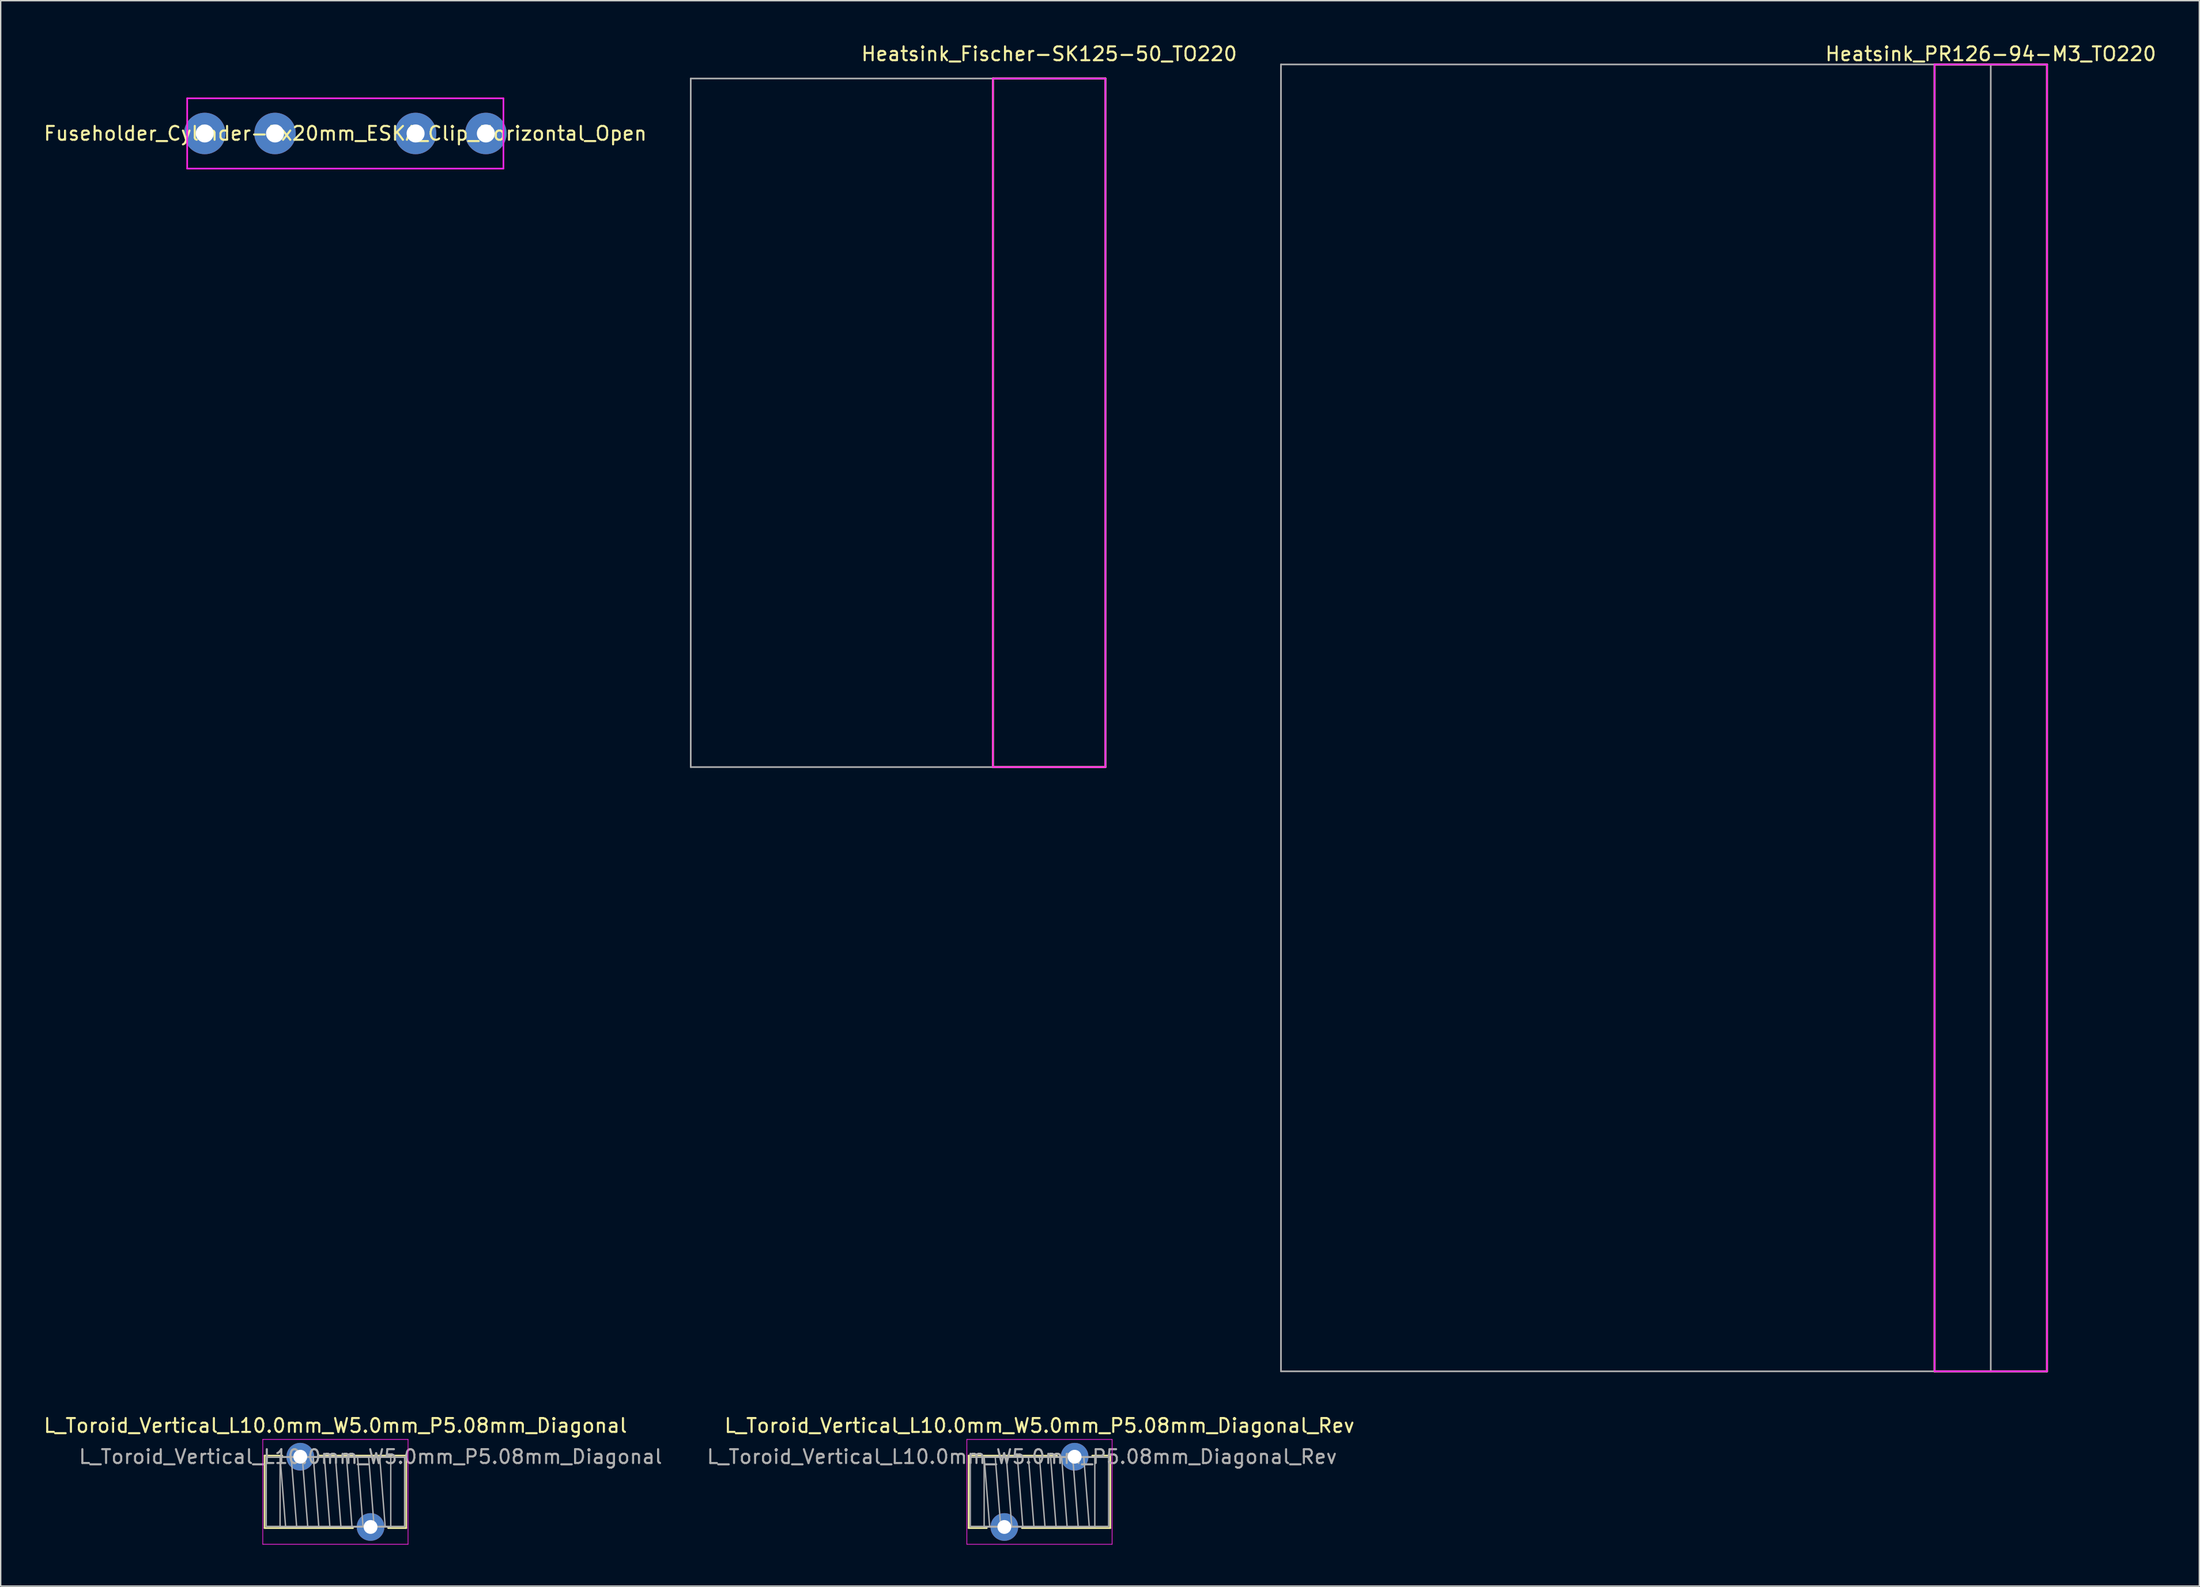
<source format=kicad_pcb>
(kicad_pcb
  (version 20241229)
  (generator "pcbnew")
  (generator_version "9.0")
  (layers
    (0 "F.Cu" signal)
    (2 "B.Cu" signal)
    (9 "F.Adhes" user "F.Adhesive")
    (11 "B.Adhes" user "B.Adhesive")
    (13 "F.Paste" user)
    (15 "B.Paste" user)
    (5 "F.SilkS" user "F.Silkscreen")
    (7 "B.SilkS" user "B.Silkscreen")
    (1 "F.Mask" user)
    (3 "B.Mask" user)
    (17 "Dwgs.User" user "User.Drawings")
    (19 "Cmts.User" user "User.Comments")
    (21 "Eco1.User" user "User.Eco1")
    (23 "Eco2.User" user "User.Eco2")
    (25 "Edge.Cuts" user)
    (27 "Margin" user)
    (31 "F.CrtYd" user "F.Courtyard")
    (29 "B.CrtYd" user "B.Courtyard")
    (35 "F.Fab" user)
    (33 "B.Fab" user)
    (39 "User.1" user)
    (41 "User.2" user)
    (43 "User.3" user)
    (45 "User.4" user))
  (footprint "Fuseholder_Cylinder-5x20mm_ESKA_Clip_Horizontal_Open"
    (layer "F.Cu")
    (at 21.911 0.25)
    (property "Reference" "Fuseholder_Cylinder-5x20mm_ESKA_Clip_Horizontal_Open" (at 0 6.35 0) (layer "F.SilkS") (effects (font (size 1 1) (thickness 0.15))))
    (attr through_hole)
    (fp_line (start -11.43 3.81) (end 11.43 3.81) (stroke (width 0.12) (type solid)) (layer "F.CrtYd"))
    (fp_line (start -11.43 8.89) (end -11.43 3.81) (stroke (width 0.12) (type solid)) (layer "F.CrtYd"))
    (fp_line (start 11.43 3.81) (end 11.43 8.89) (stroke (width 0.12) (type solid)) (layer "F.CrtYd"))
    (fp_line (start 11.43 8.89) (end -11.43 8.89) (stroke (width 0.12) (type solid)) (layer "F.CrtYd"))
    (pad "1" thru_hole circle (at -10.16 6.35) (size 3 3) (drill 1.3) (layers "*.Cu" "*.Mask"))
    (pad "1" thru_hole circle (at -5.08 6.35) (size 3 3) (drill 1.3) (layers "*.Cu" "*.Mask"))
    (pad "2" thru_hole circle (at 5.08 6.35) (size 3 3) (drill 1.3) (layers "*.Cu" "*.Mask"))
    (pad "2" thru_hole circle (at 10.16 6.35) (size 3 3) (drill 1.3) (layers "*.Cu" "*.Mask")))
  (footprint "Heatsink_Fischer-SK125-50_TO220"
    (layer "F.Cu")
    (at 72.789 27.518)
    (property "Reference" "Heatsink_Fischer-SK125-50_TO220" (at 0 -26.67 0) (layer "F.SilkS") (effects (font (size 1 1) (thickness 0.15))))
    (attr through_hole)
    (fp_line (start -4.064 -24.892) (end 4.064 -24.892) (stroke (width 0.15) (type solid)) (layer "F.SilkS"))
    (fp_line (start -4.064 24.892) (end -4.064 -24.892) (stroke (width 0.15) (type solid)) (layer "F.SilkS"))
    (fp_line (start 4.064 -24.892) (end 4.064 24.892) (stroke (width 0.15) (type solid)) (layer "F.SilkS"))
    (fp_line (start 4.064 24.892) (end -4.064 24.892) (stroke (width 0.15) (type solid)) (layer "F.SilkS"))
    (fp_line (start -4.064 -24.892) (end 4.064 -24.892) (stroke (width 0.12) (type solid)) (layer "F.CrtYd"))
    (fp_line (start -4.064 24.892) (end -4.064 -24.892) (stroke (width 0.12) (type solid)) (layer "F.CrtYd"))
    (fp_line (start 4.064 -24.892) (end 4.064 24.892) (stroke (width 0.12) (type solid)) (layer "F.CrtYd"))
    (fp_line (start 4.064 24.892) (end -4.064 24.892) (stroke (width 0.12) (type solid)) (layer "F.CrtYd"))
    (fp_line (start -25.908 -24.892) (end -25.908 24.892) (stroke (width 0.12) (type solid)) (layer "F.Fab"))
    (fp_line (start -25.908 24.892) (end 4.064 24.892) (stroke (width 0.12) (type solid)) (layer "F.Fab"))
    (fp_line (start 4.064 -24.892) (end -25.908 -24.892) (stroke (width 0.12) (type solid)) (layer "F.Fab"))
    (fp_line (start 4.064 24.892) (end 4.064 -24.892) (stroke (width 0.12) (type solid)) (layer "F.Fab")))
  (footprint "L_Toroid_Vertical_L10.0mm_W5.0mm_P5.08mm_Diagonal_Rev"
    (layer "F.Cu")
    (at 72.09 102.272)
    (property "Reference" "L_Toroid_Vertical_L10.0mm_W5.0mm_P5.08mm_Diagonal_Rev" (at 0 -2.25 0) (layer "F.SilkS") (effects (font (size 1 1) (thickness 0.15))))
    (attr through_hole)
    (fp_line (start -5.12 -0.08) (end -5.12 5.16) (stroke (width 0.12) (type solid)) (layer "F.SilkS"))
    (fp_line (start -5.12 -0.08) (end 1.27 -0.076) (stroke (width 0.12) (type solid)) (layer "F.SilkS"))
    (fp_line (start -5.12 5.16) (end -3.81 5.16) (stroke (width 0.12) (type solid)) (layer "F.SilkS"))
    (fp_line (start -1.27 5.16) (end 5.12 5.16) (stroke (width 0.12) (type solid)) (layer "F.SilkS"))
    (fp_line (start 3.81 -0.08) (end 5.12 -0.08) (stroke (width 0.12) (type solid)) (layer "F.SilkS"))
    (fp_line (start 5.12 -0.08) (end 5.12 5.16) (stroke (width 0.12) (type solid)) (layer "F.SilkS"))
    (fp_line (start -5.25 -1.25) (end -5.25 6.33) (stroke (width 0.05) (type solid)) (layer "F.CrtYd"))
    (fp_line (start -5.25 6.33) (end 5.25 6.33) (stroke (width 0.05) (type solid)) (layer "F.CrtYd"))
    (fp_line (start 5.25 -1.25) (end -5.25 -1.25) (stroke (width 0.05) (type solid)) (layer "F.CrtYd"))
    (fp_line (start 5.25 6.33) (end 5.25 -1.25) (stroke (width 0.05) (type solid)) (layer "F.CrtYd"))
    (fp_line (start -5 0.04) (end -5 5.04) (stroke (width 0.1) (type solid)) (layer "F.Fab"))
    (fp_line (start -5 5.04) (end 5 5.04) (stroke (width 0.1) (type solid)) (layer "F.Fab"))
    (fp_line (start -4 0) (end -4 5.08) (stroke (width 0.1) (type solid)) (layer "F.Fab"))
    (fp_line (start -4 0) (end -3.6 5.08) (stroke (width 0.1) (type solid)) (layer "F.Fab"))
    (fp_line (start -4 5.08) (end 4 5.08) (stroke (width 0.1) (type solid)) (layer "F.Fab"))
    (fp_line (start -3.2 0) (end -2.8 5.08) (stroke (width 0.1) (type solid)) (layer "F.Fab"))
    (fp_line (start -2.4 0) (end -2 5.08) (stroke (width 0.1) (type solid)) (layer "F.Fab"))
    (fp_line (start -1.6 0) (end -1.2 5.08) (stroke (width 0.1) (type solid)) (layer "F.Fab"))
    (fp_line (start -0.8 0) (end -0.4 5.08) (stroke (width 0.1) (type solid)) (layer "F.Fab"))
    (fp_line (start 0 0) (end 0.4 5.08) (stroke (width 0.1) (type solid)) (layer "F.Fab"))
    (fp_line (start 0.8 0) (end 1.2 5.08) (stroke (width 0.1) (type solid)) (layer "F.Fab"))
    (fp_line (start 1.6 0) (end 2 5.08) (stroke (width 0.1) (type solid)) (layer "F.Fab"))
    (fp_line (start 2.4 0) (end 2.8 5.08) (stroke (width 0.1) (type solid)) (layer "F.Fab"))
    (fp_line (start 3.2 0) (end 3.6 5.08) (stroke (width 0.1) (type solid)) (layer "F.Fab"))
    (fp_line (start 4 0) (end -4 0) (stroke (width 0.1) (type solid)) (layer "F.Fab"))
    (fp_line (start 4 5.08) (end 4 0) (stroke (width 0.1) (type solid)) (layer "F.Fab"))
    (fp_line (start 5 0.04) (end -5 0.04) (stroke (width 0.1) (type solid)) (layer "F.Fab"))
    (fp_line (start 5 5.04) (end 5 0.04) (stroke (width 0.1) (type solid)) (layer "F.Fab"))
    (fp_text user "${REFERENCE}" (at -1.27 0 0) (layer "F.Fab") (effects (font (size 1 1) (thickness 0.15))))
    (pad "1" thru_hole circle (at 2.54 0) (size 2 2) (drill 1) (layers "*.Cu" "*.Mask"))
    (pad "2" thru_hole circle (at -2.54 5.08) (size 2 2) (drill 1) (layers "*.Cu" "*.Mask")))
  (footprint "Heatsink_PR126-94-M3_TO220"
    (layer "F.Cu")
    (at 140.854 48.854)
    (property "Reference" "Heatsink_PR126-94-M3_TO220" (at 0 -48.006 0) (layer "F.SilkS") (effects (font (size 1 1) (thickness 0.15))))
    (attr through_hole)
    (fp_line (start -4.064 -47.244) (end 4.064 -47.244) (stroke (width 0.15) (type solid)) (layer "F.SilkS"))
    (fp_line (start -4.064 47.244) (end -4.064 -47.244) (stroke (width 0.15) (type solid)) (layer "F.SilkS"))
    (fp_line (start 4.064 -47.244) (end 4.064 47.244) (stroke (width 0.15) (type solid)) (layer "F.SilkS"))
    (fp_line (start 4.064 47.244) (end -4.064 47.244) (stroke (width 0.15) (type solid)) (layer "F.SilkS"))
    (fp_line (start -4.064 -47.244) (end 4.064 -47.244) (stroke (width 0.12) (type solid)) (layer "F.CrtYd"))
    (fp_line (start -4.064 47.244) (end -4.064 -47.244) (stroke (width 0.12) (type solid)) (layer "F.CrtYd"))
    (fp_line (start 4.064 -47.244) (end 4.064 47.244) (stroke (width 0.12) (type solid)) (layer "F.CrtYd"))
    (fp_line (start 4.064 47.244) (end -4.064 47.244) (stroke (width 0.12) (type solid)) (layer "F.CrtYd"))
    (fp_line (start -51.308 -47.244) (end -51.308 47.244) (stroke (width 0.12) (type solid)) (layer "F.Fab"))
    (fp_line (start -51.308 47.244) (end 4.064 47.244) (stroke (width 0.12) (type solid)) (layer "F.Fab"))
    (fp_line (start 0 -47.244) (end 0 47.244) (stroke (width 0.12) (type solid)) (layer "F.Fab"))
    (fp_line (start 4.064 -47.244) (end -51.308 -47.244) (stroke (width 0.12) (type solid)) (layer "F.Fab"))
    (fp_line (start 4.064 47.244) (end 4.064 -47.244) (stroke (width 0.12) (type solid)) (layer "F.Fab")))
  (footprint "L_Toroid_Vertical_L10.0mm_W5.0mm_P5.08mm_Diagonal"
    (layer "F.Cu")
    (at 21.196 104.811)
    (property "Reference" "L_Toroid_Vertical_L10.0mm_W5.0mm_P5.08mm_Diagonal" (at 0 -4.79 0) (layer "F.SilkS") (effects (font (size 1 1) (thickness 0.15))))
    (attr through_hole)
    (fp_line (start -5.12 -2.62) (end -5.12 2.62) (stroke (width 0.12) (type solid)) (layer "F.SilkS"))
    (fp_line (start -5.12 -2.62) (end -3.835 -2.616) (stroke (width 0.12) (type solid)) (layer "F.SilkS"))
    (fp_line (start -5.12 2.62) (end 1.27 2.62) (stroke (width 0.12) (type solid)) (layer "F.SilkS"))
    (fp_line (start -1.27 -2.62) (end 5.12 -2.62) (stroke (width 0.12) (type solid)) (layer "F.SilkS"))
    (fp_line (start 3.81 2.62) (end 5.12 2.62) (stroke (width 0.12) (type solid)) (layer "F.SilkS"))
    (fp_line (start 5.12 -2.62) (end 5.12 2.62) (stroke (width 0.12) (type solid)) (layer "F.SilkS"))
    (fp_line (start -5.25 -3.79) (end -5.25 3.79) (stroke (width 0.05) (type solid)) (layer "F.CrtYd"))
    (fp_line (start -5.25 3.79) (end 5.25 3.79) (stroke (width 0.05) (type solid)) (layer "F.CrtYd"))
    (fp_line (start 5.25 -3.79) (end -5.25 -3.79) (stroke (width 0.05) (type solid)) (layer "F.CrtYd"))
    (fp_line (start 5.25 3.79) (end 5.25 -3.79) (stroke (width 0.05) (type solid)) (layer "F.CrtYd"))
    (fp_line (start -5 -2.5) (end -5 2.5) (stroke (width 0.1) (type solid)) (layer "F.Fab"))
    (fp_line (start -5 2.5) (end 5 2.5) (stroke (width 0.1) (type solid)) (layer "F.Fab"))
    (fp_line (start -4 -2.54) (end -4 2.54) (stroke (width 0.1) (type solid)) (layer "F.Fab"))
    (fp_line (start -4 -2.54) (end -3.6 2.54) (stroke (width 0.1) (type solid)) (layer "F.Fab"))
    (fp_line (start -4 2.54) (end 4 2.54) (stroke (width 0.1) (type solid)) (layer "F.Fab"))
    (fp_line (start -3.2 -2.54) (end -2.8 2.54) (stroke (width 0.1) (type solid)) (layer "F.Fab"))
    (fp_line (start -2.4 -2.54) (end -2 2.54) (stroke (width 0.1) (type solid)) (layer "F.Fab"))
    (fp_line (start -1.6 -2.54) (end -1.2 2.54) (stroke (width 0.1) (type solid)) (layer "F.Fab"))
    (fp_line (start -0.8 -2.54) (end -0.4 2.54) (stroke (width 0.1) (type solid)) (layer "F.Fab"))
    (fp_line (start 0 -2.54) (end 0.4 2.54) (stroke (width 0.1) (type solid)) (layer "F.Fab"))
    (fp_line (start 0.8 -2.54) (end 1.2 2.54) (stroke (width 0.1) (type solid)) (layer "F.Fab"))
    (fp_line (start 1.6 -2.54) (end 2 2.54) (stroke (width 0.1) (type solid)) (layer "F.Fab"))
    (fp_line (start 2.4 -2.54) (end 2.8 2.54) (stroke (width 0.1) (type solid)) (layer "F.Fab"))
    (fp_line (start 3.2 -2.54) (end 3.6 2.54) (stroke (width 0.1) (type solid)) (layer "F.Fab"))
    (fp_line (start 4 -2.54) (end -4 -2.54) (stroke (width 0.1) (type solid)) (layer "F.Fab"))
    (fp_line (start 4 2.54) (end 4 -2.54) (stroke (width 0.1) (type solid)) (layer "F.Fab"))
    (fp_line (start 5 -2.5) (end -5 -2.5) (stroke (width 0.1) (type solid)) (layer "F.Fab"))
    (fp_line (start 5 2.5) (end 5 -2.5) (stroke (width 0.1) (type solid)) (layer "F.Fab"))
    (fp_text user "${REFERENCE}" (at 2.54 -2.54 0) (layer "F.Fab") (effects (font (size 1 1) (thickness 0.15))))
    (pad "1" thru_hole circle (at -2.54 -2.54) (size 2 2) (drill 1) (layers "*.Cu" "*.Mask"))
    (pad "2" thru_hole circle (at 2.54 2.54) (size 2 2) (drill 1) (layers "*.Cu" "*.Mask")))
  (gr_rect
    (start -3 -3)
    (end 155.931 111.626)
    (stroke (width 0.1) (type default))
    (fill no)
    (layer "Edge.Cuts")))
</source>
